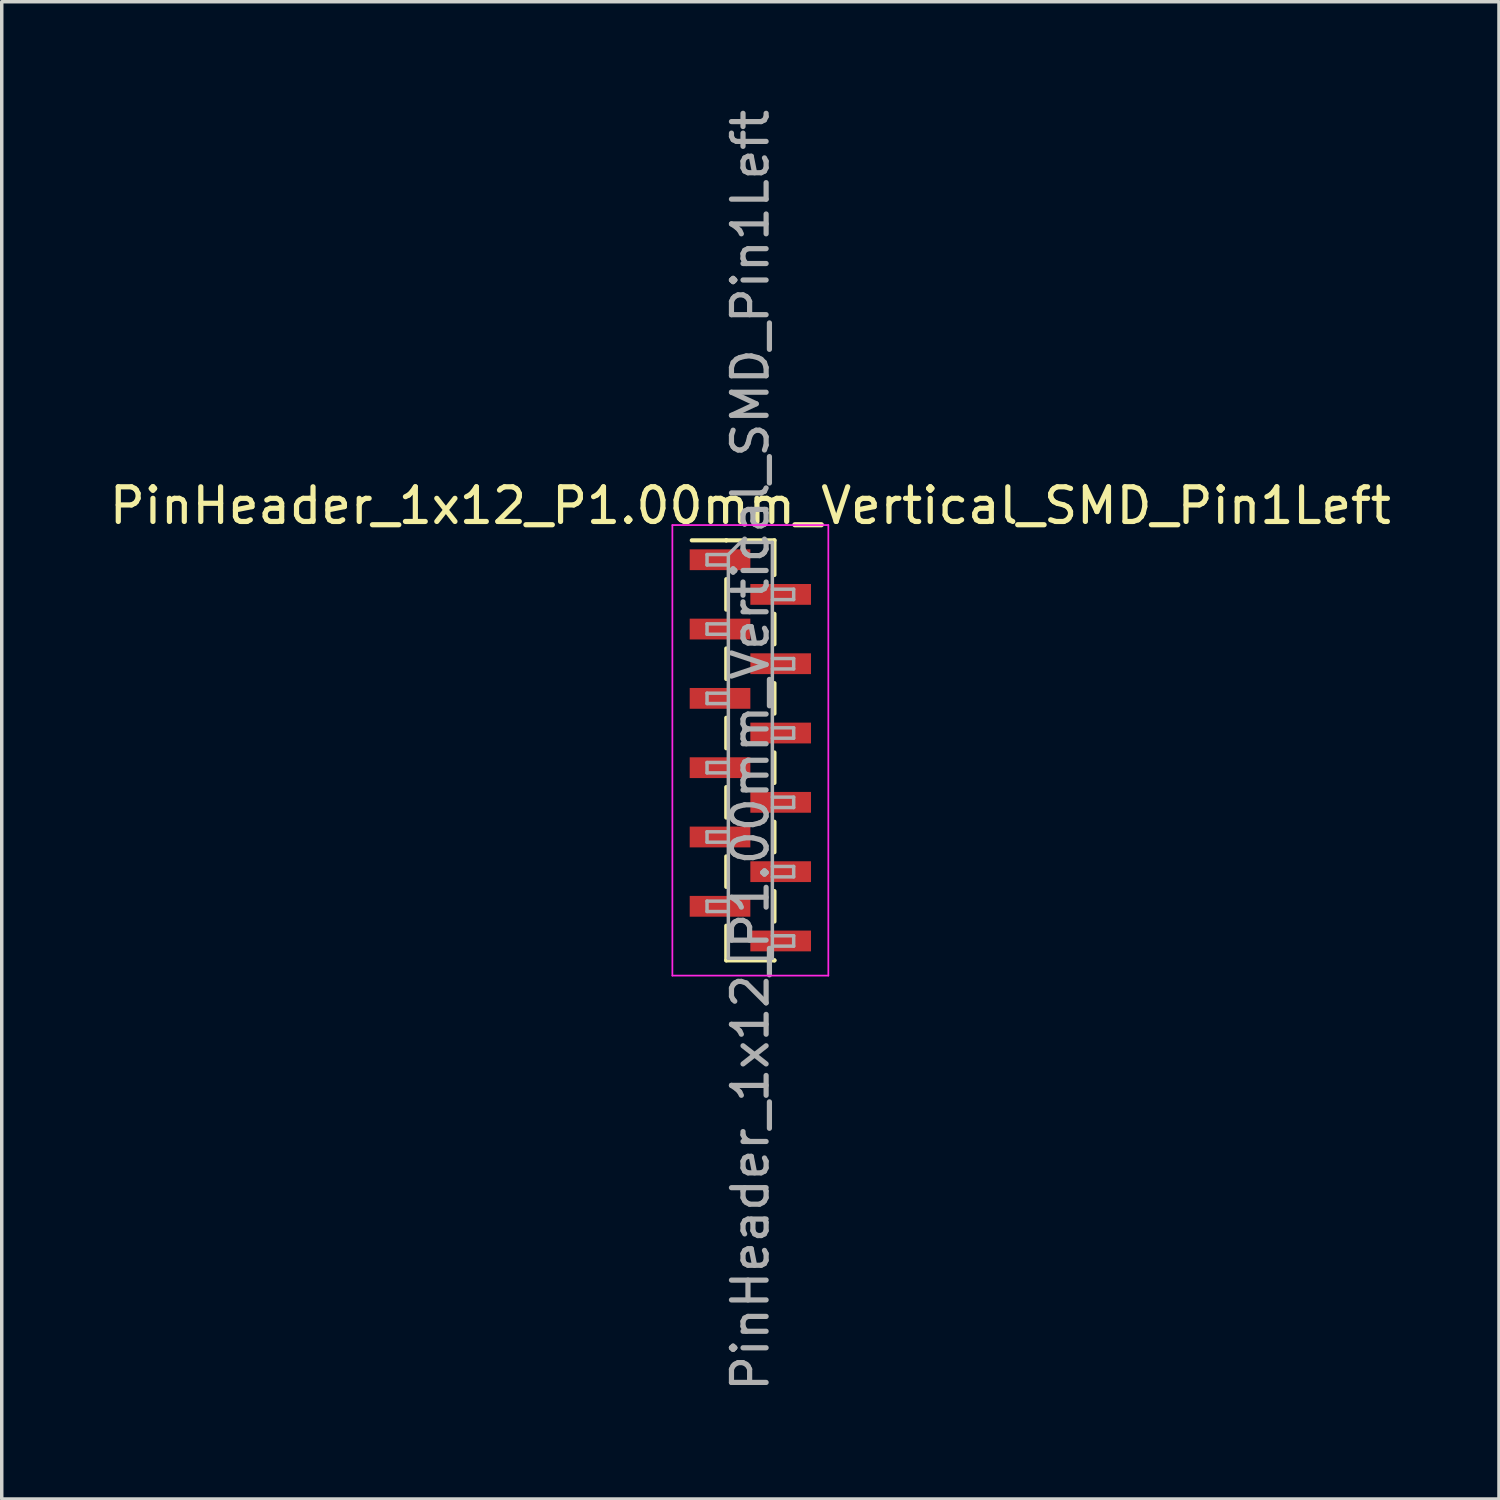
<source format=kicad_pcb>
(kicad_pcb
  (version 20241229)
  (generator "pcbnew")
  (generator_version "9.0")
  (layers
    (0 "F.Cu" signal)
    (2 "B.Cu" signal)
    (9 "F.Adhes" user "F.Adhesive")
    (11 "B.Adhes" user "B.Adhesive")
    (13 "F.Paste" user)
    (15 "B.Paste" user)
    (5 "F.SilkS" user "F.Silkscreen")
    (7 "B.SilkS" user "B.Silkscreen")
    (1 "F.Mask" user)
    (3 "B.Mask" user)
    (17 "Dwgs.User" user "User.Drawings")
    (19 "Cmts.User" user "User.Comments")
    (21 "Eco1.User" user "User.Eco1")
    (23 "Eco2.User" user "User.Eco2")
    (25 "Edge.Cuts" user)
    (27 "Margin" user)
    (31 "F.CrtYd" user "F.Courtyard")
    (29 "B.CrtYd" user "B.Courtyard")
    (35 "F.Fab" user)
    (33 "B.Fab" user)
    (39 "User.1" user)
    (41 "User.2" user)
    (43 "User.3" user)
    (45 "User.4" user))
  (footprint "PinHeader_1x12_P1.00mm_Vertical_SMD_Pin1Left"
    (layer "F.Cu")
    (at 18.601 18.601)
    (property "Reference" "PinHeader_1x12_P1.00mm_Vertical_SMD_Pin1Left" (at 0 -7.06 0) (layer "F.SilkS") (effects (font (size 1 1) (thickness 0.15))))
    (attr smd)
    (fp_line (start -0.695 -6.06) (end -1.69 -6.06) (stroke (width 0.12) (type solid)) (layer "F.SilkS"))
    (fp_line (start -0.695 -6.06) (end -0.695 -6.06) (stroke (width 0.12) (type solid)) (layer "F.SilkS"))
    (fp_line (start -0.695 -6.06) (end 0.695 -6.06) (stroke (width 0.12) (type solid)) (layer "F.SilkS"))
    (fp_line (start -0.695 -4.94) (end -0.695 -4.06) (stroke (width 0.12) (type solid)) (layer "F.SilkS"))
    (fp_line (start -0.695 -2.94) (end -0.695 -2.06) (stroke (width 0.12) (type solid)) (layer "F.SilkS"))
    (fp_line (start -0.695 -0.94) (end -0.695 -0.06) (stroke (width 0.12) (type solid)) (layer "F.SilkS"))
    (fp_line (start -0.695 1.06) (end -0.695 1.94) (stroke (width 0.12) (type solid)) (layer "F.SilkS"))
    (fp_line (start -0.695 3.06) (end -0.695 3.94) (stroke (width 0.12) (type solid)) (layer "F.SilkS"))
    (fp_line (start -0.695 5.06) (end -0.695 6.06) (stroke (width 0.12) (type solid)) (layer "F.SilkS"))
    (fp_line (start -0.695 6.06) (end 0.695 6.06) (stroke (width 0.12) (type solid)) (layer "F.SilkS"))
    (fp_line (start 0.695 -6.06) (end 0.695 -5.06) (stroke (width 0.12) (type solid)) (layer "F.SilkS"))
    (fp_line (start 0.695 -3.94) (end 0.695 -3.06) (stroke (width 0.12) (type solid)) (layer "F.SilkS"))
    (fp_line (start 0.695 -1.94) (end 0.695 -1.06) (stroke (width 0.12) (type solid)) (layer "F.SilkS"))
    (fp_line (start 0.695 0.06) (end 0.695 0.94) (stroke (width 0.12) (type solid)) (layer "F.SilkS"))
    (fp_line (start 0.695 2.06) (end 0.695 2.94) (stroke (width 0.12) (type solid)) (layer "F.SilkS"))
    (fp_line (start 0.695 4.06) (end 0.695 4.94) (stroke (width 0.12) (type solid)) (layer "F.SilkS"))
    (fp_line (start 0.695 6.06) (end 0.695 6.06) (stroke (width 0.12) (type solid)) (layer "F.SilkS"))
    (fp_line (start -2.25 -6.5) (end -2.25 6.5) (stroke (width 0.05) (type solid)) (layer "F.CrtYd"))
    (fp_line (start -2.25 6.5) (end 2.25 6.5) (stroke (width 0.05) (type solid)) (layer "F.CrtYd"))
    (fp_line (start 2.25 -6.5) (end -2.25 -6.5) (stroke (width 0.05) (type solid)) (layer "F.CrtYd"))
    (fp_line (start 2.25 6.5) (end 2.25 -6.5) (stroke (width 0.05) (type solid)) (layer "F.CrtYd"))
    (fp_line (start -1.25 -5.65) (end -1.25 -5.35) (stroke (width 0.1) (type solid)) (layer "F.Fab"))
    (fp_line (start -1.25 -5.35) (end -0.635 -5.35) (stroke (width 0.1) (type solid)) (layer "F.Fab"))
    (fp_line (start -1.25 -3.65) (end -1.25 -3.35) (stroke (width 0.1) (type solid)) (layer "F.Fab"))
    (fp_line (start -1.25 -3.35) (end -0.635 -3.35) (stroke (width 0.1) (type solid)) (layer "F.Fab"))
    (fp_line (start -1.25 -1.65) (end -1.25 -1.35) (stroke (width 0.1) (type solid)) (layer "F.Fab"))
    (fp_line (start -1.25 -1.35) (end -0.635 -1.35) (stroke (width 0.1) (type solid)) (layer "F.Fab"))
    (fp_line (start -1.25 0.35) (end -1.25 0.65) (stroke (width 0.1) (type solid)) (layer "F.Fab"))
    (fp_line (start -1.25 0.65) (end -0.635 0.65) (stroke (width 0.1) (type solid)) (layer "F.Fab"))
    (fp_line (start -1.25 2.35) (end -1.25 2.65) (stroke (width 0.1) (type solid)) (layer "F.Fab"))
    (fp_line (start -1.25 2.65) (end -0.635 2.65) (stroke (width 0.1) (type solid)) (layer "F.Fab"))
    (fp_line (start -1.25 4.35) (end -1.25 4.65) (stroke (width 0.1) (type solid)) (layer "F.Fab"))
    (fp_line (start -1.25 4.65) (end -0.635 4.65) (stroke (width 0.1) (type solid)) (layer "F.Fab"))
    (fp_line (start -0.635 -5.65) (end -1.25 -5.65) (stroke (width 0.1) (type solid)) (layer "F.Fab"))
    (fp_line (start -0.635 -5.65) (end -0.285 -6) (stroke (width 0.1) (type solid)) (layer "F.Fab"))
    (fp_line (start -0.635 -3.65) (end -1.25 -3.65) (stroke (width 0.1) (type solid)) (layer "F.Fab"))
    (fp_line (start -0.635 -1.65) (end -1.25 -1.65) (stroke (width 0.1) (type solid)) (layer "F.Fab"))
    (fp_line (start -0.635 0.35) (end -1.25 0.35) (stroke (width 0.1) (type solid)) (layer "F.Fab"))
    (fp_line (start -0.635 2.35) (end -1.25 2.35) (stroke (width 0.1) (type solid)) (layer "F.Fab"))
    (fp_line (start -0.635 4.35) (end -1.25 4.35) (stroke (width 0.1) (type solid)) (layer "F.Fab"))
    (fp_line (start -0.635 6) (end -0.635 -5.65) (stroke (width 0.1) (type solid)) (layer "F.Fab"))
    (fp_line (start -0.285 -6) (end 0.635 -6) (stroke (width 0.1) (type solid)) (layer "F.Fab"))
    (fp_line (start 0.635 -6) (end 0.635 6) (stroke (width 0.1) (type solid)) (layer "F.Fab"))
    (fp_line (start 0.635 -4.65) (end 1.25 -4.65) (stroke (width 0.1) (type solid)) (layer "F.Fab"))
    (fp_line (start 0.635 -2.65) (end 1.25 -2.65) (stroke (width 0.1) (type solid)) (layer "F.Fab"))
    (fp_line (start 0.635 -0.65) (end 1.25 -0.65) (stroke (width 0.1) (type solid)) (layer "F.Fab"))
    (fp_line (start 0.635 1.35) (end 1.25 1.35) (stroke (width 0.1) (type solid)) (layer "F.Fab"))
    (fp_line (start 0.635 3.35) (end 1.25 3.35) (stroke (width 0.1) (type solid)) (layer "F.Fab"))
    (fp_line (start 0.635 5.35) (end 1.25 5.35) (stroke (width 0.1) (type solid)) (layer "F.Fab"))
    (fp_line (start 0.635 6) (end -0.635 6) (stroke (width 0.1) (type solid)) (layer "F.Fab"))
    (fp_line (start 1.25 -4.65) (end 1.25 -4.35) (stroke (width 0.1) (type solid)) (layer "F.Fab"))
    (fp_line (start 1.25 -4.35) (end 0.635 -4.35) (stroke (width 0.1) (type solid)) (layer "F.Fab"))
    (fp_line (start 1.25 -2.65) (end 1.25 -2.35) (stroke (width 0.1) (type solid)) (layer "F.Fab"))
    (fp_line (start 1.25 -2.35) (end 0.635 -2.35) (stroke (width 0.1) (type solid)) (layer "F.Fab"))
    (fp_line (start 1.25 -0.65) (end 1.25 -0.35) (stroke (width 0.1) (type solid)) (layer "F.Fab"))
    (fp_line (start 1.25 -0.35) (end 0.635 -0.35) (stroke (width 0.1) (type solid)) (layer "F.Fab"))
    (fp_line (start 1.25 1.35) (end 1.25 1.65) (stroke (width 0.1) (type solid)) (layer "F.Fab"))
    (fp_line (start 1.25 1.65) (end 0.635 1.65) (stroke (width 0.1) (type solid)) (layer "F.Fab"))
    (fp_line (start 1.25 3.35) (end 1.25 3.65) (stroke (width 0.1) (type solid)) (layer "F.Fab"))
    (fp_line (start 1.25 3.65) (end 0.635 3.65) (stroke (width 0.1) (type solid)) (layer "F.Fab"))
    (fp_line (start 1.25 5.35) (end 1.25 5.65) (stroke (width 0.1) (type solid)) (layer "F.Fab"))
    (fp_line (start 1.25 5.65) (end 0.635 5.65) (stroke (width 0.1) (type solid)) (layer "F.Fab"))
    (fp_text user "${REFERENCE}" (at 0 0 90) (layer "F.Fab") (effects (font (size 1 1) (thickness 0.15))))
    (pad "1" smd rect (at -0.875 -5.5) (size 1.75 0.6) (layers "F.Cu" "F.Mask" "F.Paste"))
    (pad "2" smd rect (at 0.875 -4.5) (size 1.75 0.6) (layers "F.Cu" "F.Mask" "F.Paste"))
    (pad "3" smd rect (at -0.875 -3.5) (size 1.75 0.6) (layers "F.Cu" "F.Mask" "F.Paste"))
    (pad "4" smd rect (at 0.875 -2.5) (size 1.75 0.6) (layers "F.Cu" "F.Mask" "F.Paste"))
    (pad "5" smd rect (at -0.875 -1.5) (size 1.75 0.6) (layers "F.Cu" "F.Mask" "F.Paste"))
    (pad "6" smd rect (at 0.875 -0.5) (size 1.75 0.6) (layers "F.Cu" "F.Mask" "F.Paste"))
    (pad "7" smd rect (at -0.875 0.5) (size 1.75 0.6) (layers "F.Cu" "F.Mask" "F.Paste"))
    (pad "8" smd rect (at 0.875 1.5) (size 1.75 0.6) (layers "F.Cu" "F.Mask" "F.Paste"))
    (pad "9" smd rect (at -0.875 2.5) (size 1.75 0.6) (layers "F.Cu" "F.Mask" "F.Paste"))
    (pad "10" smd rect (at 0.875 3.5) (size 1.75 0.6) (layers "F.Cu" "F.Mask" "F.Paste"))
    (pad "11" smd rect (at -0.875 4.5) (size 1.75 0.6) (layers "F.Cu" "F.Mask" "F.Paste"))
    (pad "12" smd rect (at 0.875 5.5) (size 1.75 0.6) (layers "F.Cu" "F.Mask" "F.Paste")))
  (gr_rect
    (start -3 -3)
    (end 40.202 40.202)
    (stroke (width 0.1) (type default))
    (fill no)
    (layer "Edge.Cuts")))
</source>
